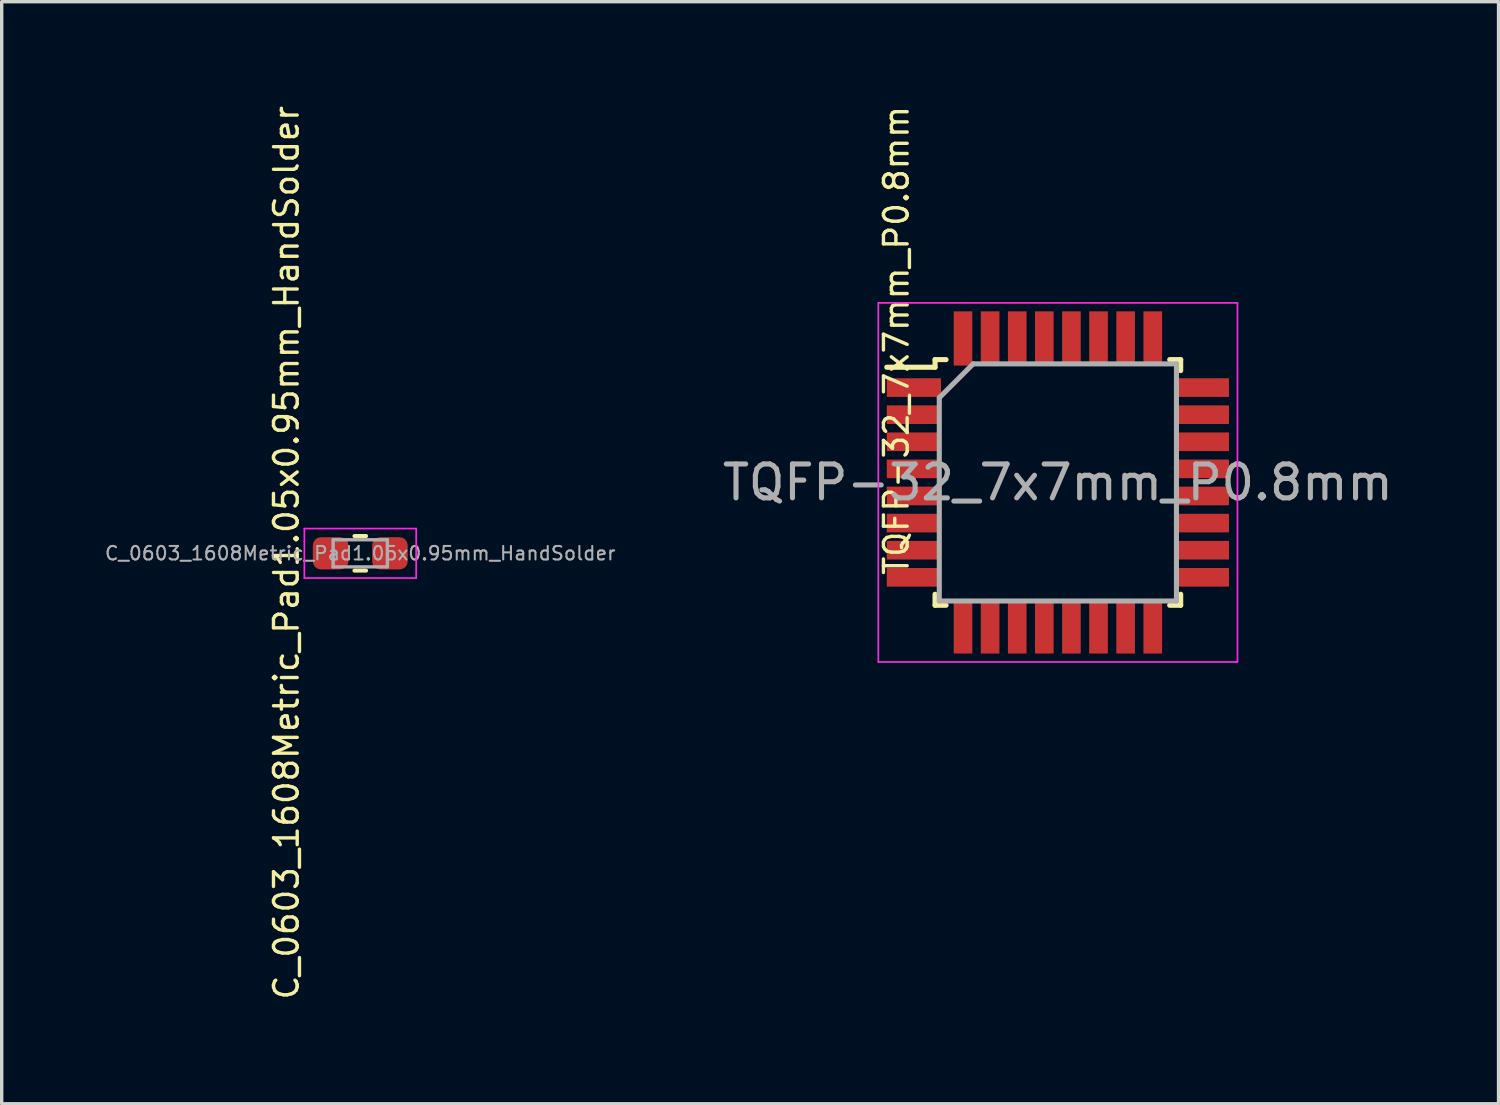
<source format=kicad_pcb>
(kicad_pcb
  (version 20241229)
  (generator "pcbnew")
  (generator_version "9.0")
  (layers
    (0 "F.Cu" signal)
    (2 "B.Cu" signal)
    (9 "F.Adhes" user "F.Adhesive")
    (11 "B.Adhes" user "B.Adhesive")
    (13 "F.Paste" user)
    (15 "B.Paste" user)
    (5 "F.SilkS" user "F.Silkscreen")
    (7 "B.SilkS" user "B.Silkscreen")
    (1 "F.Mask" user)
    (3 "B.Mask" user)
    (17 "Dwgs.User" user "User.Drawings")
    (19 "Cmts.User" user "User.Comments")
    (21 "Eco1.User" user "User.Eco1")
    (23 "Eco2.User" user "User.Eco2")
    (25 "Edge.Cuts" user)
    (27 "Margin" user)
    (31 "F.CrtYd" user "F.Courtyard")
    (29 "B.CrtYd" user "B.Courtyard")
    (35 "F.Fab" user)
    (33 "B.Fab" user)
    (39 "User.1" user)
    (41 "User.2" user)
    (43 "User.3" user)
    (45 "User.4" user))
  (footprint "TQFP-32_7x7mm_P0.8mm"
    (layer "F.Cu")
    (at 28.173 11.189)
    (property "Reference" "TQFP-32_7x7mm_P0.8mm" (at -4.767 -4.192 270) (layer "F.SilkS") (effects (font (size 0.7 0.7) (thickness 0.1))))
    (attr smd)
    (fp_line (start -3.625 -3.625) (end -3.625 -3.4) (stroke (width 0.15) (type solid)) (layer "F.SilkS"))
    (fp_line (start -3.625 -3.625) (end -3.3 -3.625) (stroke (width 0.15) (type solid)) (layer "F.SilkS"))
    (fp_line (start -3.625 -3.4) (end -5.05 -3.4) (stroke (width 0.15) (type solid)) (layer "F.SilkS"))
    (fp_line (start -3.625 3.625) (end -3.625 3.3) (stroke (width 0.15) (type solid)) (layer "F.SilkS"))
    (fp_line (start -3.625 3.625) (end -3.3 3.625) (stroke (width 0.15) (type solid)) (layer "F.SilkS"))
    (fp_line (start 3.625 -3.625) (end 3.3 -3.625) (stroke (width 0.15) (type solid)) (layer "F.SilkS"))
    (fp_line (start 3.625 -3.625) (end 3.625 -3.3) (stroke (width 0.15) (type solid)) (layer "F.SilkS"))
    (fp_line (start 3.625 3.625) (end 3.3 3.625) (stroke (width 0.15) (type solid)) (layer "F.SilkS"))
    (fp_line (start 3.625 3.625) (end 3.625 3.3) (stroke (width 0.15) (type solid)) (layer "F.SilkS"))
    (fp_line (start -5.3 -5.3) (end -5.3 5.3) (stroke (width 0.05) (type solid)) (layer "F.CrtYd"))
    (fp_line (start -5.3 -5.3) (end 5.3 -5.3) (stroke (width 0.05) (type solid)) (layer "F.CrtYd"))
    (fp_line (start -5.3 5.3) (end 5.3 5.3) (stroke (width 0.05) (type solid)) (layer "F.CrtYd"))
    (fp_line (start 5.3 -5.3) (end 5.3 5.3) (stroke (width 0.05) (type solid)) (layer "F.CrtYd"))
    (fp_line (start -3.5 -2.5) (end -2.5 -3.5) (stroke (width 0.15) (type solid)) (layer "F.Fab"))
    (fp_line (start -3.5 3.5) (end -3.5 -2.5) (stroke (width 0.15) (type solid)) (layer "F.Fab"))
    (fp_line (start -2.5 -3.5) (end 3.5 -3.5) (stroke (width 0.15) (type solid)) (layer "F.Fab"))
    (fp_line (start 3.5 -3.5) (end 3.5 3.5) (stroke (width 0.15) (type solid)) (layer "F.Fab"))
    (fp_line (start 3.5 3.5) (end -3.5 3.5) (stroke (width 0.15) (type solid)) (layer "F.Fab"))
    (fp_text user "${REFERENCE}" (at 0 0 0) (layer "F.Fab") (effects (font (size 1 1) (thickness 0.15))))
    (pad "1" smd rect (at -4.25 -2.8) (size 1.6 0.55) (layers "F.Cu" "F.Mask" "F.Paste"))
    (pad "2" smd rect (at -4.25 -2) (size 1.6 0.55) (layers "F.Cu" "F.Mask" "F.Paste"))
    (pad "3" smd rect (at -4.25 -1.2) (size 1.6 0.55) (layers "F.Cu" "F.Mask" "F.Paste"))
    (pad "4" smd rect (at -4.25 -0.4) (size 1.6 0.55) (layers "F.Cu" "F.Mask" "F.Paste"))
    (pad "5" smd rect (at -4.25 0.4) (size 1.6 0.55) (layers "F.Cu" "F.Mask" "F.Paste"))
    (pad "6" smd rect (at -4.25 1.2) (size 1.6 0.55) (layers "F.Cu" "F.Mask" "F.Paste"))
    (pad "7" smd rect (at -4.25 2) (size 1.6 0.55) (layers "F.Cu" "F.Mask" "F.Paste"))
    (pad "8" smd rect (at -4.25 2.8) (size 1.6 0.55) (layers "F.Cu" "F.Mask" "F.Paste"))
    (pad "9" smd rect (at -2.8 4.25 90) (size 1.6 0.55) (layers "F.Cu" "F.Mask" "F.Paste"))
    (pad "10" smd rect (at -2 4.25 90) (size 1.6 0.55) (layers "F.Cu" "F.Mask" "F.Paste"))
    (pad "11" smd rect (at -1.2 4.25 90) (size 1.6 0.55) (layers "F.Cu" "F.Mask" "F.Paste"))
    (pad "12" smd rect (at -0.4 4.25 90) (size 1.6 0.55) (layers "F.Cu" "F.Mask" "F.Paste"))
    (pad "13" smd rect (at 0.4 4.25 90) (size 1.6 0.55) (layers "F.Cu" "F.Mask" "F.Paste"))
    (pad "14" smd rect (at 1.2 4.25 90) (size 1.6 0.55) (layers "F.Cu" "F.Mask" "F.Paste"))
    (pad "15" smd rect (at 2 4.25 90) (size 1.6 0.55) (layers "F.Cu" "F.Mask" "F.Paste"))
    (pad "16" smd rect (at 2.8 4.25 90) (size 1.6 0.55) (layers "F.Cu" "F.Mask" "F.Paste"))
    (pad "17" smd rect (at 4.25 2.8) (size 1.6 0.55) (layers "F.Cu" "F.Mask" "F.Paste"))
    (pad "18" smd rect (at 4.25 2) (size 1.6 0.55) (layers "F.Cu" "F.Mask" "F.Paste"))
    (pad "19" smd rect (at 4.25 1.2) (size 1.6 0.55) (layers "F.Cu" "F.Mask" "F.Paste"))
    (pad "20" smd rect (at 4.25 0.4) (size 1.6 0.55) (layers "F.Cu" "F.Mask" "F.Paste"))
    (pad "21" smd rect (at 4.25 -0.4) (size 1.6 0.55) (layers "F.Cu" "F.Mask" "F.Paste"))
    (pad "22" smd rect (at 4.25 -1.2) (size 1.6 0.55) (layers "F.Cu" "F.Mask" "F.Paste"))
    (pad "23" smd rect (at 4.25 -2) (size 1.6 0.55) (layers "F.Cu" "F.Mask" "F.Paste"))
    (pad "24" smd rect (at 4.25 -2.8) (size 1.6 0.55) (layers "F.Cu" "F.Mask" "F.Paste"))
    (pad "25" smd rect (at 2.8 -4.25 90) (size 1.6 0.55) (layers "F.Cu" "F.Mask" "F.Paste"))
    (pad "26" smd rect (at 2 -4.25 90) (size 1.6 0.55) (layers "F.Cu" "F.Mask" "F.Paste"))
    (pad "27" smd rect (at 1.2 -4.25 90) (size 1.6 0.55) (layers "F.Cu" "F.Mask" "F.Paste"))
    (pad "28" smd rect (at 0.4 -4.25 90) (size 1.6 0.55) (layers "F.Cu" "F.Mask" "F.Paste"))
    (pad "29" smd rect (at -0.4 -4.25 90) (size 1.6 0.55) (layers "F.Cu" "F.Mask" "F.Paste"))
    (pad "30" smd rect (at -1.2 -4.25 90) (size 1.6 0.55) (layers "F.Cu" "F.Mask" "F.Paste"))
    (pad "31" smd rect (at -2 -4.25 90) (size 1.6 0.55) (layers "F.Cu" "F.Mask" "F.Paste"))
    (pad "32" smd rect (at -2.8 -4.25 90) (size 1.6 0.55) (layers "F.Cu" "F.Mask" "F.Paste")))
  (footprint "C_0603_1608Metric_Pad1.05x0.95mm_HandSolder"
    (layer "F.Cu")
    (at 7.583 13.281)
    (property "Reference" "C_0603_1608Metric_Pad1.05x0.95mm_HandSolder" (at -2.18 -0.018 90) (layer "F.SilkS") (effects (font (size 0.7 0.7) (thickness 0.1))))
    (attr smd)
    (fp_line (start -0.171 -0.51) (end 0.171 -0.51) (stroke (width 0.12) (type solid)) (layer "F.SilkS"))
    (fp_line (start -0.171 0.51) (end 0.171 0.51) (stroke (width 0.12) (type solid)) (layer "F.SilkS"))
    (fp_line (start -1.65 -0.73) (end 1.65 -0.73) (stroke (width 0.05) (type solid)) (layer "F.CrtYd"))
    (fp_line (start -1.65 0.73) (end -1.65 -0.73) (stroke (width 0.05) (type solid)) (layer "F.CrtYd"))
    (fp_line (start 1.65 -0.73) (end 1.65 0.73) (stroke (width 0.05) (type solid)) (layer "F.CrtYd"))
    (fp_line (start 1.65 0.73) (end -1.65 0.73) (stroke (width 0.05) (type solid)) (layer "F.CrtYd"))
    (fp_line (start -0.8 -0.4) (end 0.8 -0.4) (stroke (width 0.1) (type solid)) (layer "F.Fab"))
    (fp_line (start -0.8 0.4) (end -0.8 -0.4) (stroke (width 0.1) (type solid)) (layer "F.Fab"))
    (fp_line (start 0.8 -0.4) (end 0.8 0.4) (stroke (width 0.1) (type solid)) (layer "F.Fab"))
    (fp_line (start 0.8 0.4) (end -0.8 0.4) (stroke (width 0.1) (type solid)) (layer "F.Fab"))
    (fp_text user "${REFERENCE}" (at 0 0 0) (layer "F.Fab") (effects (font (size 0.4 0.4) (thickness 0.06))))
    (pad "1" smd roundrect (at -0.875 0) (size 1.05 0.95) (layers "F.Cu" "F.Mask" "F.Paste") (roundrect_rratio 0.25))
    (pad "2" smd roundrect (at 0.875 0) (size 1.05 0.95) (layers "F.Cu" "F.Mask" "F.Paste") (roundrect_rratio 0.25)))
  (gr_rect
    (start -3 -3)
    (end 41.179 29.527)
    (stroke (width 0.1) (type default))
    (fill no)
    (layer "Edge.Cuts")))
</source>
